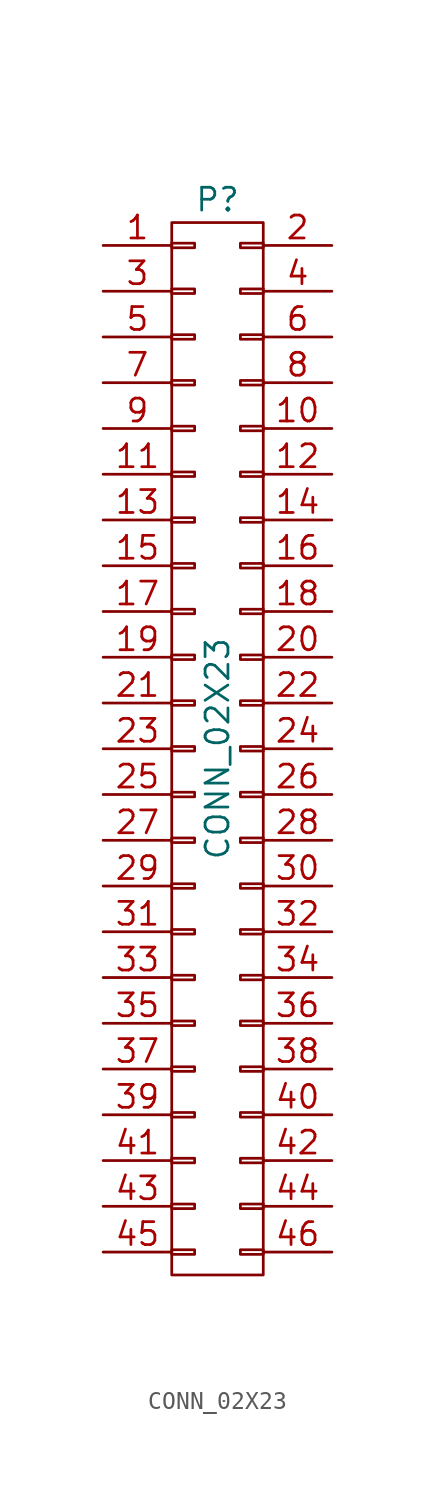
<source format=kicad_sym>
(kicad_symbol_lib
  (version 20211014)
  (generator kicad_symbol_editor)
  (symbol "CONN_02X23"
    (pin_names
      (offset 0.025) hide)
    (property "Reference" "P"
      (at 0 30.48 0)
      (effects (font (size 1.27 1.27))))
    (property "Value" "CONN_02X23"
      (at 0 0 90)
      (effects (font (size 1.27 1.27))))
    (property "Footprint" ""
      (at 0 -21.59 0)
      (effects (font (size 1.27 1.27))))
    (property "Datasheet" ""
      (at 0 -21.59 0)
      (effects (font (size 1.27 1.27))))
    (symbol "CONN_02X23_0_1"
      (rectangle (start -2.54 -27.813) (end -1.27 -28.067) (stroke (width 0) (type default) (color 0 0 0 0)) (fill (type none)))
      (rectangle (start -2.54 -25.273) (end -1.27 -25.527) (stroke (width 0) (type default) (color 0 0 0 0)) (fill (type none)))
      (rectangle (start -2.54 -22.733) (end -1.27 -22.987) (stroke (width 0) (type default) (color 0 0 0 0)) (fill (type none)))
      (rectangle (start -2.54 -20.193) (end -1.27 -20.447) (stroke (width 0) (type default) (color 0 0 0 0)) (fill (type none)))
      (rectangle (start -2.54 -17.653) (end -1.27 -17.907) (stroke (width 0) (type default) (color 0 0 0 0)) (fill (type none)))
      (rectangle (start -2.54 -15.113) (end -1.27 -15.367) (stroke (width 0) (type default) (color 0 0 0 0)) (fill (type none)))
      (rectangle (start -2.54 -12.573) (end -1.27 -12.827) (stroke (width 0) (type default) (color 0 0 0 0)) (fill (type none)))
      (rectangle (start -2.54 -10.033) (end -1.27 -10.287) (stroke (width 0) (type default) (color 0 0 0 0)) (fill (type none)))
      (rectangle (start -2.54 -7.493) (end -1.27 -7.747) (stroke (width 0) (type default) (color 0 0 0 0)) (fill (type none)))
      (rectangle (start -2.54 -4.953) (end -1.27 -5.207) (stroke (width 0) (type default) (color 0 0 0 0)) (fill (type none)))
      (rectangle (start -2.54 -2.413) (end -1.27 -2.667) (stroke (width 0) (type default) (color 0 0 0 0)) (fill (type none)))
      (rectangle (start -2.54 0.127) (end -1.27 -0.127) (stroke (width 0) (type default) (color 0 0 0 0)) (fill (type none)))
      (rectangle (start -2.54 2.667) (end -1.27 2.413) (stroke (width 0) (type default) (color 0 0 0 0)) (fill (type none)))
      (rectangle (start -2.54 5.207) (end -1.27 4.953) (stroke (width 0) (type default) (color 0 0 0 0)) (fill (type none)))
      (rectangle (start -2.54 7.747) (end -1.27 7.493) (stroke (width 0) (type default) (color 0 0 0 0)) (fill (type none)))
      (rectangle (start -2.54 10.287) (end -1.27 10.033) (stroke (width 0) (type default) (color 0 0 0 0)) (fill (type none)))
      (rectangle (start -2.54 12.827) (end -1.27 12.573) (stroke (width 0) (type default) (color 0 0 0 0)) (fill (type none)))
      (rectangle (start -2.54 15.367) (end -1.27 15.113) (stroke (width 0) (type default) (color 0 0 0 0)) (fill (type none)))
      (rectangle (start -2.54 17.907) (end -1.27 17.653) (stroke (width 0) (type default) (color 0 0 0 0)) (fill (type none)))
      (rectangle (start -2.54 20.447) (end -1.27 20.193) (stroke (width 0) (type default) (color 0 0 0 0)) (fill (type none)))
      (rectangle (start -2.54 22.987) (end -1.27 22.733) (stroke (width 0) (type default) (color 0 0 0 0)) (fill (type none)))
      (rectangle (start -2.54 25.527) (end -1.27 25.273) (stroke (width 0) (type default) (color 0 0 0 0)) (fill (type none)))
      (rectangle (start -2.54 28.067) (end -1.27 27.813) (stroke (width 0) (type default) (color 0 0 0 0)) (fill (type none)))
      (rectangle (start -2.54 29.21) (end 2.54 -29.21) (stroke (width 0) (type default) (color 0 0 0 0)) (fill (type none)))
      (rectangle (start 1.27 -27.813) (end 2.54 -28.067) (stroke (width 0) (type default) (color 0 0 0 0)) (fill (type none)))
      (rectangle (start 1.27 -25.273) (end 2.54 -25.527) (stroke (width 0) (type default) (color 0 0 0 0)) (fill (type none)))
      (rectangle (start 1.27 -22.733) (end 2.54 -22.987) (stroke (width 0) (type default) (color 0 0 0 0)) (fill (type none)))
      (rectangle (start 1.27 -20.193) (end 2.54 -20.447) (stroke (width 0) (type default) (color 0 0 0 0)) (fill (type none)))
      (rectangle (start 1.27 -17.653) (end 2.54 -17.907) (stroke (width 0) (type default) (color 0 0 0 0)) (fill (type none)))
      (rectangle (start 1.27 -15.113) (end 2.54 -15.367) (stroke (width 0) (type default) (color 0 0 0 0)) (fill (type none)))
      (rectangle (start 1.27 -12.573) (end 2.54 -12.827) (stroke (width 0) (type default) (color 0 0 0 0)) (fill (type none)))
      (rectangle (start 1.27 -10.033) (end 2.54 -10.287) (stroke (width 0) (type default) (color 0 0 0 0)) (fill (type none)))
      (rectangle (start 1.27 -7.493) (end 2.54 -7.747) (stroke (width 0) (type default) (color 0 0 0 0)) (fill (type none)))
      (rectangle (start 1.27 -4.953) (end 2.54 -5.207) (stroke (width 0) (type default) (color 0 0 0 0)) (fill (type none)))
      (rectangle (start 1.27 -2.413) (end 2.54 -2.667) (stroke (width 0) (type default) (color 0 0 0 0)) (fill (type none)))
      (rectangle (start 1.27 0.127) (end 2.54 -0.127) (stroke (width 0) (type default) (color 0 0 0 0)) (fill (type none)))
      (rectangle (start 1.27 2.667) (end 2.54 2.413) (stroke (width 0) (type default) (color 0 0 0 0)) (fill (type none)))
      (rectangle (start 1.27 5.207) (end 2.54 4.953) (stroke (width 0) (type default) (color 0 0 0 0)) (fill (type none)))
      (rectangle (start 1.27 7.747) (end 2.54 7.493) (stroke (width 0) (type default) (color 0 0 0 0)) (fill (type none)))
      (rectangle (start 1.27 10.287) (end 2.54 10.033) (stroke (width 0) (type default) (color 0 0 0 0)) (fill (type none)))
      (rectangle (start 1.27 12.827) (end 2.54 12.573) (stroke (width 0) (type default) (color 0 0 0 0)) (fill (type none)))
      (rectangle (start 1.27 15.367) (end 2.54 15.113) (stroke (width 0) (type default) (color 0 0 0 0)) (fill (type none)))
      (rectangle (start 1.27 17.907) (end 2.54 17.653) (stroke (width 0) (type default) (color 0 0 0 0)) (fill (type none)))
      (rectangle (start 1.27 20.447) (end 2.54 20.193) (stroke (width 0) (type default) (color 0 0 0 0)) (fill (type none)))
      (rectangle (start 1.27 22.987) (end 2.54 22.733) (stroke (width 0) (type default) (color 0 0 0 0)) (fill (type none)))
      (rectangle (start 1.27 25.527) (end 2.54 25.273) (stroke (width 0) (type default) (color 0 0 0 0)) (fill (type none)))
      (rectangle (start 1.27 28.067) (end 2.54 27.813) (stroke (width 0) (type default) (color 0 0 0 0)) (fill (type none))))
    (symbol "CONN_02X23_1_1"
      (pin passive line (at -6.35 27.94 0) (length 3.81) (name "P1" (effects (font (size 1.27 1.27)))) (number "1" (effects (font (size 1.27 1.27)))))
      (pin passive line (at 6.35 17.78 180) (length 3.81) (name "P10" (effects (font (size 1.27 1.27)))) (number "10" (effects (font (size 1.27 1.27)))))
      (pin passive line (at -6.35 15.24 0) (length 3.81) (name "P11" (effects (font (size 1.27 1.27)))) (number "11" (effects (font (size 1.27 1.27)))))
      (pin passive line (at 6.35 15.24 180) (length 3.81) (name "P12" (effects (font (size 1.27 1.27)))) (number "12" (effects (font (size 1.27 1.27)))))
      (pin passive line (at -6.35 12.7 0) (length 3.81) (name "P13" (effects (font (size 1.27 1.27)))) (number "13" (effects (font (size 1.27 1.27)))))
      (pin passive line (at 6.35 12.7 180) (length 3.81) (name "P14" (effects (font (size 1.27 1.27)))) (number "14" (effects (font (size 1.27 1.27)))))
      (pin passive line (at -6.35 10.16 0) (length 3.81) (name "P15" (effects (font (size 1.27 1.27)))) (number "15" (effects (font (size 1.27 1.27)))))
      (pin passive line (at 6.35 10.16 180) (length 3.81) (name "P16" (effects (font (size 1.27 1.27)))) (number "16" (effects (font (size 1.27 1.27)))))
      (pin passive line (at -6.35 7.62 0) (length 3.81) (name "P17" (effects (font (size 1.27 1.27)))) (number "17" (effects (font (size 1.27 1.27)))))
      (pin passive line (at 6.35 7.62 180) (length 3.81) (name "P18" (effects (font (size 1.27 1.27)))) (number "18" (effects (font (size 1.27 1.27)))))
      (pin passive line (at -6.35 5.08 0) (length 3.81) (name "P19" (effects (font (size 1.27 1.27)))) (number "19" (effects (font (size 1.27 1.27)))))
      (pin passive line (at 6.35 27.94 180) (length 3.81) (name "P2" (effects (font (size 1.27 1.27)))) (number "2" (effects (font (size 1.27 1.27)))))
      (pin passive line (at 6.35 5.08 180) (length 3.81) (name "P20" (effects (font (size 1.27 1.27)))) (number "20" (effects (font (size 1.27 1.27)))))
      (pin passive line (at -6.35 2.54 0) (length 3.81) (name "P21" (effects (font (size 1.27 1.27)))) (number "21" (effects (font (size 1.27 1.27)))))
      (pin passive line (at 6.35 2.54 180) (length 3.81) (name "P22" (effects (font (size 1.27 1.27)))) (number "22" (effects (font (size 1.27 1.27)))))
      (pin passive line (at -6.35 0 0) (length 3.81) (name "P23" (effects (font (size 1.27 1.27)))) (number "23" (effects (font (size 1.27 1.27)))))
      (pin passive line (at 6.35 0 180) (length 3.81) (name "P24" (effects (font (size 1.27 1.27)))) (number "24" (effects (font (size 1.27 1.27)))))
      (pin passive line (at -6.35 -2.54 0) (length 3.81) (name "P25" (effects (font (size 1.27 1.27)))) (number "25" (effects (font (size 1.27 1.27)))))
      (pin passive line (at 6.35 -2.54 180) (length 3.81) (name "P26" (effects (font (size 1.27 1.27)))) (number "26" (effects (font (size 1.27 1.27)))))
      (pin passive line (at -6.35 -5.08 0) (length 3.81) (name "P27" (effects (font (size 1.27 1.27)))) (number "27" (effects (font (size 1.27 1.27)))))
      (pin passive line (at 6.35 -5.08 180) (length 3.81) (name "P28" (effects (font (size 1.27 1.27)))) (number "28" (effects (font (size 1.27 1.27)))))
      (pin passive line (at -6.35 -7.62 0) (length 3.81) (name "P29" (effects (font (size 1.27 1.27)))) (number "29" (effects (font (size 1.27 1.27)))))
      (pin passive line (at -6.35 25.4 0) (length 3.81) (name "P3" (effects (font (size 1.27 1.27)))) (number "3" (effects (font (size 1.27 1.27)))))
      (pin passive line (at 6.35 -7.62 180) (length 3.81) (name "P30" (effects (font (size 1.27 1.27)))) (number "30" (effects (font (size 1.27 1.27)))))
      (pin passive line (at -6.35 -10.16 0) (length 3.81) (name "P31" (effects (font (size 1.27 1.27)))) (number "31" (effects (font (size 1.27 1.27)))))
      (pin passive line (at 6.35 -10.16 180) (length 3.81) (name "P32" (effects (font (size 1.27 1.27)))) (number "32" (effects (font (size 1.27 1.27)))))
      (pin passive line (at -6.35 -12.7 0) (length 3.81) (name "P33" (effects (font (size 1.27 1.27)))) (number "33" (effects (font (size 1.27 1.27)))))
      (pin passive line (at 6.35 -12.7 180) (length 3.81) (name "P34" (effects (font (size 1.27 1.27)))) (number "34" (effects (font (size 1.27 1.27)))))
      (pin passive line (at -6.35 -15.24 0) (length 3.81) (name "P35" (effects (font (size 1.27 1.27)))) (number "35" (effects (font (size 1.27 1.27)))))
      (pin passive line (at 6.35 -15.24 180) (length 3.81) (name "P36" (effects (font (size 1.27 1.27)))) (number "36" (effects (font (size 1.27 1.27)))))
      (pin passive line (at -6.35 -17.78 0) (length 3.81) (name "P37" (effects (font (size 1.27 1.27)))) (number "37" (effects (font (size 1.27 1.27)))))
      (pin passive line (at 6.35 -17.78 180) (length 3.81) (name "P38" (effects (font (size 1.27 1.27)))) (number "38" (effects (font (size 1.27 1.27)))))
      (pin passive line (at -6.35 -20.32 0) (length 3.81) (name "P39" (effects (font (size 1.27 1.27)))) (number "39" (effects (font (size 1.27 1.27)))))
      (pin passive line (at 6.35 25.4 180) (length 3.81) (name "P4" (effects (font (size 1.27 1.27)))) (number "4" (effects (font (size 1.27 1.27)))))
      (pin passive line (at 6.35 -20.32 180) (length 3.81) (name "P40" (effects (font (size 1.27 1.27)))) (number "40" (effects (font (size 1.27 1.27)))))
      (pin passive line (at -6.35 -22.86 0) (length 3.81) (name "P41" (effects (font (size 1.27 1.27)))) (number "41" (effects (font (size 1.27 1.27)))))
      (pin passive line (at 6.35 -22.86 180) (length 3.81) (name "P42" (effects (font (size 1.27 1.27)))) (number "42" (effects (font (size 1.27 1.27)))))
      (pin passive line (at -6.35 -25.4 0) (length 3.81) (name "P43" (effects (font (size 1.27 1.27)))) (number "43" (effects (font (size 1.27 1.27)))))
      (pin passive line (at 6.35 -25.4 180) (length 3.81) (name "P44" (effects (font (size 1.27 1.27)))) (number "44" (effects (font (size 1.27 1.27)))))
      (pin passive line (at -6.35 -27.94 0) (length 3.81) (name "P45" (effects (font (size 1.27 1.27)))) (number "45" (effects (font (size 1.27 1.27)))))
      (pin passive line (at 6.35 -27.94 180) (length 3.81) (name "P46" (effects (font (size 1.27 1.27)))) (number "46" (effects (font (size 1.27 1.27)))))
      (pin passive line (at -6.35 22.86 0) (length 3.81) (name "P5" (effects (font (size 1.27 1.27)))) (number "5" (effects (font (size 1.27 1.27)))))
      (pin passive line (at 6.35 22.86 180) (length 3.81) (name "P6" (effects (font (size 1.27 1.27)))) (number "6" (effects (font (size 1.27 1.27)))))
      (pin passive line (at -6.35 20.32 0) (length 3.81) (name "P7" (effects (font (size 1.27 1.27)))) (number "7" (effects (font (size 1.27 1.27)))))
      (pin passive line (at 6.35 20.32 180) (length 3.81) (name "P8" (effects (font (size 1.27 1.27)))) (number "8" (effects (font (size 1.27 1.27)))))
      (pin passive line (at -6.35 17.78 0) (length 3.81) (name "P9" (effects (font (size 1.27 1.27)))) (number "9" (effects (font (size 1.27 1.27))))))))
</source>
